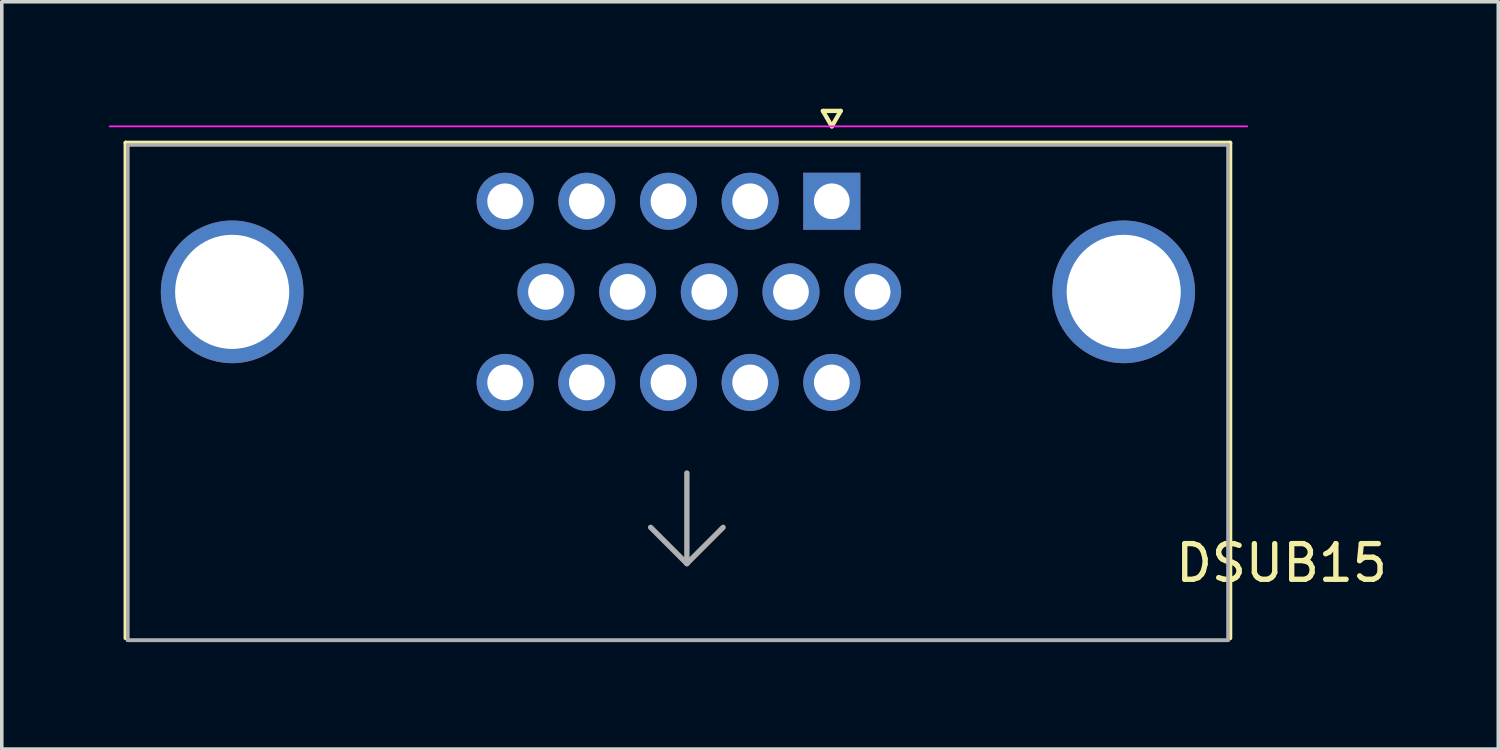
<source format=kicad_pcb>
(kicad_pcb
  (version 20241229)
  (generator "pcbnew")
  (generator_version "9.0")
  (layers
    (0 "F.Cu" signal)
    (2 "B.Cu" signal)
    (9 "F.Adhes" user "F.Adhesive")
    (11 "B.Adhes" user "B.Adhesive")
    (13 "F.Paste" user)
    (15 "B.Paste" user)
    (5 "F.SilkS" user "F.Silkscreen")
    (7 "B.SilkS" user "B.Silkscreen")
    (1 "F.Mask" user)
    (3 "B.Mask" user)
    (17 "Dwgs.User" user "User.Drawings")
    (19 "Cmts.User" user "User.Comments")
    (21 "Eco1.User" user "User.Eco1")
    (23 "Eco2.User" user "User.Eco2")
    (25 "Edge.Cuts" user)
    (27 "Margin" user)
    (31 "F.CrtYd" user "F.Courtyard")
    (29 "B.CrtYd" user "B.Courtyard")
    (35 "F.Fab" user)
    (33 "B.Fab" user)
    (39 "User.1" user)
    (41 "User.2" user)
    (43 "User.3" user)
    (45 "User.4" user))
  (footprint "DSUB15"
    (layer "F.Cu")
    (at 20.275 2.594)
    (property "Reference" "DSUB15" (at 12.611 10.145 0) (layer "F.SilkS") (effects (font (size 1 1) (thickness 0.15))))
    (attr through_hole)
    (fp_line (start -19.8 -1.64) (end 11.17 -1.64) (stroke (width 0.12) (type solid)) (layer "F.SilkS"))
    (fp_line (start -19.8 12.25) (end -19.8 -1.64) (stroke (width 0.12) (type solid)) (layer "F.SilkS"))
    (fp_line (start -0.25 -2.534) (end 0.25 -2.534) (stroke (width 0.12) (type solid)) (layer "F.SilkS"))
    (fp_line (start 0 -2.101) (end -0.25 -2.534) (stroke (width 0.12) (type solid)) (layer "F.SilkS"))
    (fp_line (start 0.25 -2.534) (end 0 -2.101) (stroke (width 0.12) (type solid)) (layer "F.SilkS"))
    (fp_line (start 11.17 -1.64) (end 11.17 12.25) (stroke (width 0.12) (type solid)) (layer "F.SilkS"))
    (fp_line (start 11.65 -2.1) (end -20.25 -2.1) (stroke (width 0.05) (type solid)) (layer "F.CrtYd"))
    (fp_line (start -19.74 -1.58) (end -19.74 12.31) (stroke (width 0.1) (type solid)) (layer "F.Fab"))
    (fp_line (start -19.74 12.31) (end 11.11 12.31) (stroke (width 0.1) (type solid)) (layer "F.Fab"))
    (fp_line (start -4.064 7.62) (end -4.064 10.16) (stroke (width 0.15) (type solid)) (layer "F.Fab"))
    (fp_line (start -4.064 10.16) (end -5.08 9.144) (stroke (width 0.15) (type solid)) (layer "F.Fab"))
    (fp_line (start -4.064 10.16) (end -3.048 9.144) (stroke (width 0.15) (type solid)) (layer "F.Fab"))
    (fp_line (start 11.11 -1.58) (end -19.74 -1.58) (stroke (width 0.1) (type solid)) (layer "F.Fab"))
    (fp_line (start 11.11 12.31) (end -19.74 12.31) (stroke (width 0.1) (type solid)) (layer "F.Fab"))
    (fp_line (start 11.11 12.31) (end 11.11 -1.58) (stroke (width 0.1) (type solid)) (layer "F.Fab"))
    (pad "1" thru_hole rect (at 0 0) (size 1.6 1.6) (drill 1) (layers "*.Cu" "*.Mask"))
    (pad "2" thru_hole circle (at -2.29 0) (size 1.6 1.6) (drill 1) (layers "*.Cu" "*.Mask"))
    (pad "3" thru_hole circle (at -4.58 0) (size 1.6 1.6) (drill 1) (layers "*.Cu" "*.Mask"))
    (pad "4" thru_hole circle (at -6.87 0) (size 1.6 1.6) (drill 1) (layers "*.Cu" "*.Mask"))
    (pad "5" thru_hole circle (at -16.815 2.54) (size 4 4) (drill 3.2) (layers "*.Cu" "*.Mask"))
    (pad "5" thru_hole circle (at -9.16 0) (size 1.6 1.6) (drill 1) (layers "*.Cu" "*.Mask"))
    (pad "5" thru_hole circle (at 8.185 2.54) (size 4 4) (drill 3.2) (layers "*.Cu" "*.Mask"))
    (pad "6" thru_hole circle (at 1.145 2.54) (size 1.6 1.6) (drill 1) (layers "*.Cu" "*.Mask"))
    (pad "7" thru_hole circle (at -1.145 2.54) (size 1.6 1.6) (drill 1) (layers "*.Cu" "*.Mask"))
    (pad "8" thru_hole circle (at -3.435 2.54) (size 1.6 1.6) (drill 1) (layers "*.Cu" "*.Mask"))
    (pad "9" thru_hole circle (at -5.725 2.54) (size 1.6 1.6) (drill 1) (layers "*.Cu" "*.Mask"))
    (pad "10" thru_hole circle (at -8.015 2.54) (size 1.6 1.6) (drill 1) (layers "*.Cu" "*.Mask"))
    (pad "11" thru_hole circle (at 0 5.08) (size 1.6 1.6) (drill 1) (layers "*.Cu" "*.Mask"))
    (pad "12" thru_hole circle (at -2.29 5.08) (size 1.6 1.6) (drill 1) (layers "*.Cu" "*.Mask"))
    (pad "13" thru_hole circle (at -4.58 5.08) (size 1.6 1.6) (drill 1) (layers "*.Cu" "*.Mask"))
    (pad "14" thru_hole circle (at -6.87 5.08) (size 1.6 1.6) (drill 1) (layers "*.Cu" "*.Mask"))
    (pad "15" thru_hole circle (at -9.16 5.08) (size 1.6 1.6) (drill 1) (layers "*.Cu" "*.Mask")))
  (gr_rect
    (start -3 -3)
    (end 38.964 17.954)
    (stroke (width 0.1) (type default))
    (fill no)
    (layer "Edge.Cuts")))
</source>
